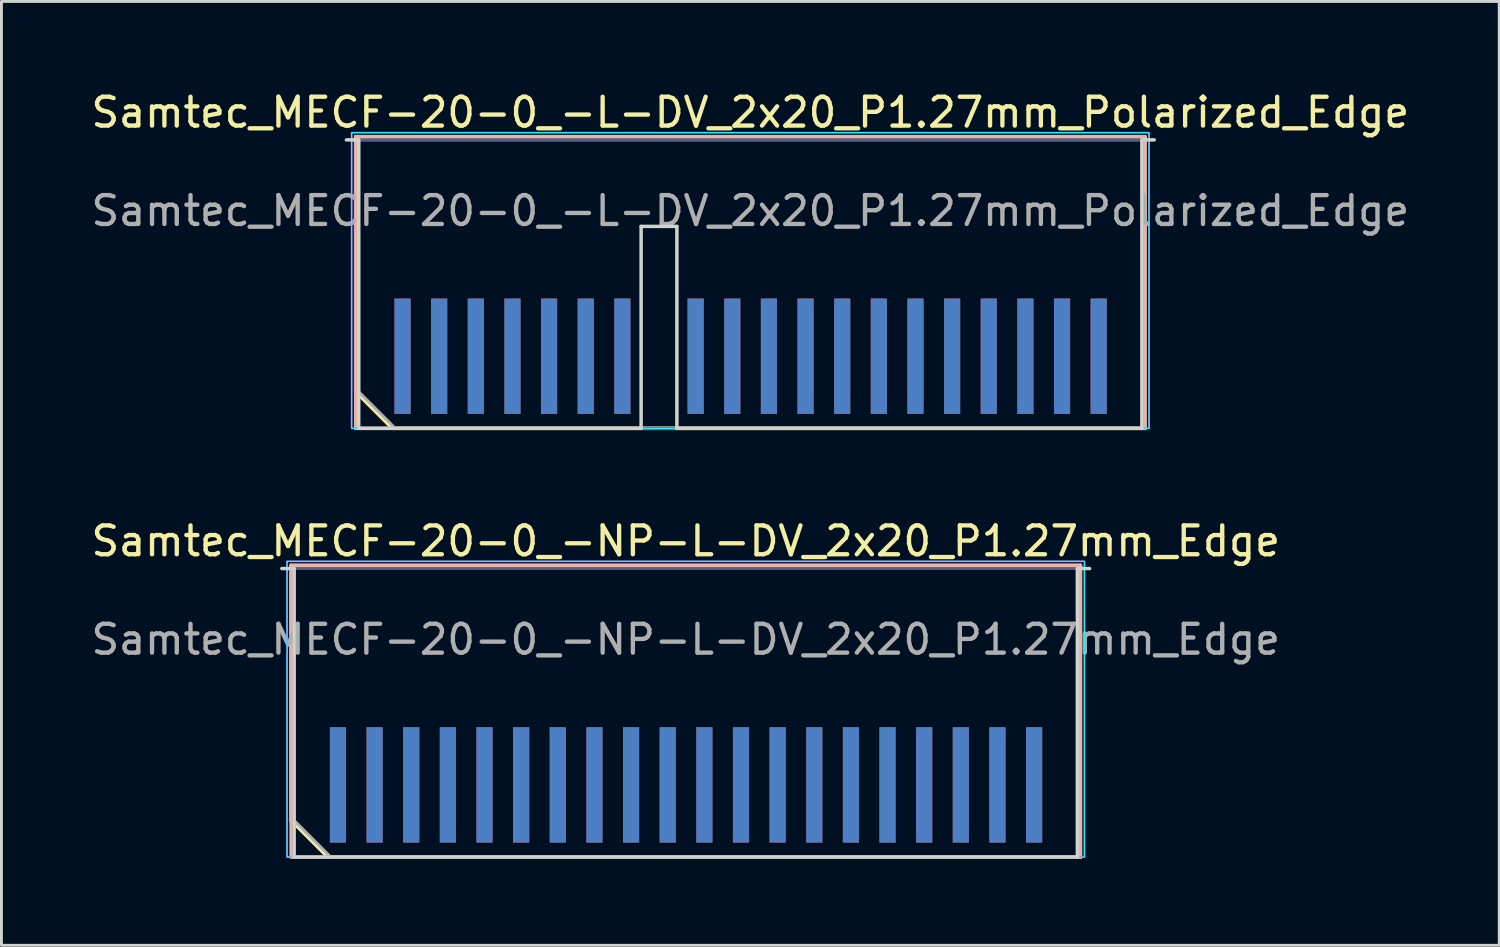
<source format=kicad_pcb>
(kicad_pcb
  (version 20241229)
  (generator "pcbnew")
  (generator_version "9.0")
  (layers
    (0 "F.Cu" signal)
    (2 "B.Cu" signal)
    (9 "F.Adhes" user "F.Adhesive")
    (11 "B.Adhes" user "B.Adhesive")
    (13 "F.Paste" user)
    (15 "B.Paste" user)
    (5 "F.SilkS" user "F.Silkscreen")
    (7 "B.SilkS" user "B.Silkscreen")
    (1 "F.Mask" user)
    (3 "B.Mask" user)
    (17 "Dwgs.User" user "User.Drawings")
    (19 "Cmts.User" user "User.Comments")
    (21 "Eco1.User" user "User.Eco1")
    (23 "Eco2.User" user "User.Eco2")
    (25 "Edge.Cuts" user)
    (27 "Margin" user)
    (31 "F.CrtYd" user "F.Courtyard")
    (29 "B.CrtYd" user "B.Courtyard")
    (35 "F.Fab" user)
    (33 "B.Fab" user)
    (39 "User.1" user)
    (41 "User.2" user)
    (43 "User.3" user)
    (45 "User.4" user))
  (footprint "Samtec_MECF-20-0_-L-DV_2x20_P1.27mm_Polarized_Edge"
    (layer "F.Cu")
    (at 22.958 6.798)
    (property "Reference" "Samtec_MECF-20-0_-L-DV_2x20_P1.27mm_Polarized_Edge" (at 0 -5.95 0) (layer "F.SilkS") (effects (font (size 1 1) (thickness 0.15))))
    (attr exclude_from_pos_files exclude_from_bom)
    (fp_line (start -13.68 -5.11) (end 13.68 -5.11) (stroke (width 0.12) (type solid)) (layer "F.SilkS"))
    (fp_line (start -13.68 3.73) (end -13.68 -5.11) (stroke (width 0.12) (type solid)) (layer "F.SilkS"))
    (fp_line (start -12.41 5) (end -13.68 3.73) (stroke (width 0.12) (type solid)) (layer "F.SilkS"))
    (fp_line (start -12.41 5) (end 13.68 5) (stroke (width 0.12) (type solid)) (layer "F.SilkS"))
    (fp_line (start 13.68 5) (end 13.68 -5.11) (stroke (width 0.12) (type solid)) (layer "F.SilkS"))
    (fp_line (start -13.68 -5.11) (end 13.68 -5.11) (stroke (width 0.12) (type solid)) (layer "B.SilkS"))
    (fp_line (start -13.68 5) (end -13.68 -5.11) (stroke (width 0.12) (type solid)) (layer "B.SilkS"))
    (fp_line (start -13.68 5) (end 13.68 5) (stroke (width 0.12) (type solid)) (layer "B.SilkS"))
    (fp_line (start 13.68 5) (end 13.68 -5.11) (stroke (width 0.12) (type solid)) (layer "B.SilkS"))
    (fp_line (start -14 -5) (end -13.575 -5) (stroke (width 0.12) (type solid)) (layer "Edge.Cuts"))
    (fp_line (start -13.575 5) (end -13.575 -5) (stroke (width 0.12) (type solid)) (layer "Edge.Cuts"))
    (fp_line (start -13.575 5) (end -3.785 5) (stroke (width 0.12) (type solid)) (layer "Edge.Cuts"))
    (fp_line (start -3.785 -2) (end -2.545 -2) (stroke (width 0.12) (type solid)) (layer "Edge.Cuts"))
    (fp_line (start -3.785 5) (end -3.785 -2) (stroke (width 0.12) (type solid)) (layer "Edge.Cuts"))
    (fp_line (start -2.545 5) (end -2.545 -2) (stroke (width 0.12) (type solid)) (layer "Edge.Cuts"))
    (fp_line (start -2.545 5) (end 13.575 5) (stroke (width 0.12) (type solid)) (layer "Edge.Cuts"))
    (fp_line (start 13.575 5) (end 13.575 -5) (stroke (width 0.12) (type solid)) (layer "Edge.Cuts"))
    (fp_line (start 14 -5) (end 13.575 -5) (stroke (width 0.12) (type solid)) (layer "Edge.Cuts"))
    (fp_rect (start -13.82 -5.25) (end 13.82 5) (stroke (width 0.05) (type solid)) (fill no) (layer "B.CrtYd"))
    (fp_rect (start -13.82 -5.25) (end 13.82 5) (stroke (width 0.05) (type solid)) (fill no) (layer "F.CrtYd"))
    (fp_line (start -13.575 -5) (end 13.575 -5) (stroke (width 0.1) (type solid)) (layer "B.Fab"))
    (fp_line (start -13.575 5) (end -13.575 -5) (stroke (width 0.1) (type solid)) (layer "B.Fab"))
    (fp_line (start -13.575 5) (end 13.575 5) (stroke (width 0.1) (type solid)) (layer "B.Fab"))
    (fp_line (start 13.575 5) (end 13.575 -5) (stroke (width 0.1) (type solid)) (layer "B.Fab"))
    (fp_line (start -13.575 -5) (end 13.575 -5) (stroke (width 0.1) (type solid)) (layer "F.Fab"))
    (fp_line (start -13.575 3.73) (end -13.575 -5) (stroke (width 0.1) (type solid)) (layer "F.Fab"))
    (fp_line (start -13.575 3.73) (end -12.305 5) (stroke (width 0.1) (type solid)) (layer "F.Fab"))
    (fp_line (start -12.305 5) (end 13.575 5) (stroke (width 0.1) (type solid)) (layer "F.Fab"))
    (fp_line (start 13.575 5) (end 13.575 -5) (stroke (width 0.1) (type solid)) (layer "F.Fab"))
    (fp_text user "${REFERENCE}" (at 0 -2.54 0) (layer "F.Fab") (effects (font (size 1 1) (thickness 0.15))))
    (pad "1" connect rect (at -12.055 2.5) (size 0.56 4) (layers "F.Cu" "F.Mask"))
    (pad "2" connect rect (at -12.055 2.5) (size 0.56 4) (layers "B.Cu" "B.Mask"))
    (pad "3" connect rect (at -10.785 2.5) (size 0.56 4) (layers "F.Cu" "F.Mask"))
    (pad "4" connect rect (at -10.785 2.5) (size 0.56 4) (layers "B.Cu" "B.Mask"))
    (pad "5" connect rect (at -9.515 2.5) (size 0.56 4) (layers "F.Cu" "F.Mask"))
    (pad "6" connect rect (at -9.515 2.5) (size 0.56 4) (layers "B.Cu" "B.Mask"))
    (pad "7" connect rect (at -8.245 2.5) (size 0.56 4) (layers "F.Cu" "F.Mask"))
    (pad "8" connect rect (at -8.245 2.5) (size 0.56 4) (layers "B.Cu" "B.Mask"))
    (pad "9" connect rect (at -6.975 2.5) (size 0.56 4) (layers "F.Cu" "F.Mask"))
    (pad "10" connect rect (at -6.975 2.5) (size 0.56 4) (layers "B.Cu" "B.Mask"))
    (pad "11" connect rect (at -5.705 2.5) (size 0.56 4) (layers "F.Cu" "F.Mask"))
    (pad "12" connect rect (at -5.705 2.5) (size 0.56 4) (layers "B.Cu" "B.Mask"))
    (pad "13" connect rect (at -4.435 2.5) (size 0.56 4) (layers "F.Cu" "F.Mask"))
    (pad "14" connect rect (at -4.435 2.5) (size 0.56 4) (layers "B.Cu" "B.Mask"))
    (pad "17" connect rect (at -1.895 2.5) (size 0.56 4) (layers "F.Cu" "F.Mask"))
    (pad "18" connect rect (at -1.895 2.5) (size 0.56 4) (layers "B.Cu" "B.Mask"))
    (pad "19" connect rect (at -0.625 2.5) (size 0.56 4) (layers "F.Cu" "F.Mask"))
    (pad "20" connect rect (at -0.625 2.5) (size 0.56 4) (layers "B.Cu" "B.Mask"))
    (pad "21" connect rect (at 0.645 2.5) (size 0.56 4) (layers "F.Cu" "F.Mask"))
    (pad "22" connect rect (at 0.645 2.5) (size 0.56 4) (layers "B.Cu" "B.Mask"))
    (pad "23" connect rect (at 1.915 2.5) (size 0.56 4) (layers "F.Cu" "F.Mask"))
    (pad "24" connect rect (at 1.915 2.5) (size 0.56 4) (layers "B.Cu" "B.Mask"))
    (pad "25" connect rect (at 3.185 2.5) (size 0.56 4) (layers "F.Cu" "F.Mask"))
    (pad "26" connect rect (at 3.185 2.5) (size 0.56 4) (layers "B.Cu" "B.Mask"))
    (pad "27" connect rect (at 4.455 2.5) (size 0.56 4) (layers "F.Cu" "F.Mask"))
    (pad "28" connect rect (at 4.455 2.5) (size 0.56 4) (layers "B.Cu" "B.Mask"))
    (pad "29" connect rect (at 5.725 2.5) (size 0.56 4) (layers "F.Cu" "F.Mask"))
    (pad "30" connect rect (at 5.725 2.5) (size 0.56 4) (layers "B.Cu" "B.Mask"))
    (pad "31" connect rect (at 6.995 2.5) (size 0.56 4) (layers "F.Cu" "F.Mask"))
    (pad "32" connect rect (at 6.995 2.5) (size 0.56 4) (layers "B.Cu" "B.Mask"))
    (pad "33" connect rect (at 8.265 2.5) (size 0.56 4) (layers "F.Cu" "F.Mask"))
    (pad "34" connect rect (at 8.265 2.5) (size 0.56 4) (layers "B.Cu" "B.Mask"))
    (pad "35" connect rect (at 9.535 2.5) (size 0.56 4) (layers "F.Cu" "F.Mask"))
    (pad "36" connect rect (at 9.535 2.5) (size 0.56 4) (layers "B.Cu" "B.Mask"))
    (pad "37" connect rect (at 10.805 2.5) (size 0.56 4) (layers "F.Cu" "F.Mask"))
    (pad "38" connect rect (at 10.805 2.5) (size 0.56 4) (layers "B.Cu" "B.Mask"))
    (pad "39" connect rect (at 12.075 2.5) (size 0.56 4) (layers "F.Cu" "F.Mask"))
    (pad "40" connect rect (at 12.075 2.5) (size 0.56 4) (layers "B.Cu" "B.Mask")))
  (footprint "Samtec_MECF-20-0_-NP-L-DV_2x20_P1.27mm_Edge"
    (layer "F.Cu")
    (at 20.72 21.657)
    (property "Reference" "Samtec_MECF-20-0_-NP-L-DV_2x20_P1.27mm_Edge" (at 0 -5.95 0) (layer "F.SilkS") (effects (font (size 1 1) (thickness 0.15))))
    (attr exclude_from_pos_files exclude_from_bom)
    (fp_line (start -13.68 -5.11) (end 13.68 -5.11) (stroke (width 0.12) (type solid)) (layer "F.SilkS"))
    (fp_line (start -13.68 3.73) (end -13.68 -5.11) (stroke (width 0.12) (type solid)) (layer "F.SilkS"))
    (fp_line (start -12.41 5) (end -13.68 3.73) (stroke (width 0.12) (type solid)) (layer "F.SilkS"))
    (fp_line (start -12.41 5) (end 13.68 5) (stroke (width 0.12) (type solid)) (layer "F.SilkS"))
    (fp_line (start 13.68 5) (end 13.68 -5.11) (stroke (width 0.12) (type solid)) (layer "F.SilkS"))
    (fp_line (start -13.68 -5.11) (end 13.68 -5.11) (stroke (width 0.12) (type solid)) (layer "B.SilkS"))
    (fp_line (start -13.68 5) (end -13.68 -5.11) (stroke (width 0.12) (type solid)) (layer "B.SilkS"))
    (fp_line (start -13.68 5) (end 13.68 5) (stroke (width 0.12) (type solid)) (layer "B.SilkS"))
    (fp_line (start 13.68 5) (end 13.68 -5.11) (stroke (width 0.12) (type solid)) (layer "B.SilkS"))
    (fp_line (start -14 -5) (end -13.575 -5) (stroke (width 0.12) (type solid)) (layer "Edge.Cuts"))
    (fp_line (start -13.575 5) (end -13.575 -5) (stroke (width 0.12) (type solid)) (layer "Edge.Cuts"))
    (fp_line (start -13.575 5) (end 13.575 5) (stroke (width 0.12) (type solid)) (layer "Edge.Cuts"))
    (fp_line (start 13.575 5) (end 13.575 -5) (stroke (width 0.12) (type solid)) (layer "Edge.Cuts"))
    (fp_line (start 14 -5) (end 13.575 -5) (stroke (width 0.12) (type solid)) (layer "Edge.Cuts"))
    (fp_rect (start -13.82 -5.25) (end 13.82 5) (stroke (width 0.05) (type solid)) (fill no) (layer "B.CrtYd"))
    (fp_rect (start -13.82 -5.25) (end 13.82 5) (stroke (width 0.05) (type solid)) (fill no) (layer "F.CrtYd"))
    (fp_line (start -13.575 -5) (end 13.575 -5) (stroke (width 0.1) (type solid)) (layer "B.Fab"))
    (fp_line (start -13.575 5) (end -13.575 -5) (stroke (width 0.1) (type solid)) (layer "B.Fab"))
    (fp_line (start -13.575 5) (end 13.575 5) (stroke (width 0.1) (type solid)) (layer "B.Fab"))
    (fp_line (start 13.575 5) (end 13.575 -5) (stroke (width 0.1) (type solid)) (layer "B.Fab"))
    (fp_line (start -13.575 -5) (end 13.575 -5) (stroke (width 0.1) (type solid)) (layer "F.Fab"))
    (fp_line (start -13.575 3.73) (end -13.575 -5) (stroke (width 0.1) (type solid)) (layer "F.Fab"))
    (fp_line (start -13.575 3.73) (end -12.305 5) (stroke (width 0.1) (type solid)) (layer "F.Fab"))
    (fp_line (start -12.305 5) (end 13.575 5) (stroke (width 0.1) (type solid)) (layer "F.Fab"))
    (fp_line (start 13.575 5) (end 13.575 -5) (stroke (width 0.1) (type solid)) (layer "F.Fab"))
    (fp_text user "${REFERENCE}" (at 0 -2.54 0) (layer "F.Fab") (effects (font (size 1 1) (thickness 0.15))))
    (pad "1" connect rect (at -12.055 2.5) (size 0.56 4) (layers "F.Cu" "F.Mask"))
    (pad "2" connect rect (at -12.055 2.5) (size 0.56 4) (layers "B.Cu" "B.Mask"))
    (pad "3" connect rect (at -10.785 2.5) (size 0.56 4) (layers "F.Cu" "F.Mask"))
    (pad "4" connect rect (at -10.785 2.5) (size 0.56 4) (layers "B.Cu" "B.Mask"))
    (pad "5" connect rect (at -9.515 2.5) (size 0.56 4) (layers "F.Cu" "F.Mask"))
    (pad "6" connect rect (at -9.515 2.5) (size 0.56 4) (layers "B.Cu" "B.Mask"))
    (pad "7" connect rect (at -8.245 2.5) (size 0.56 4) (layers "F.Cu" "F.Mask"))
    (pad "8" connect rect (at -8.245 2.5) (size 0.56 4) (layers "B.Cu" "B.Mask"))
    (pad "9" connect rect (at -6.975 2.5) (size 0.56 4) (layers "F.Cu" "F.Mask"))
    (pad "10" connect rect (at -6.975 2.5) (size 0.56 4) (layers "B.Cu" "B.Mask"))
    (pad "11" connect rect (at -5.705 2.5) (size 0.56 4) (layers "F.Cu" "F.Mask"))
    (pad "12" connect rect (at -5.705 2.5) (size 0.56 4) (layers "B.Cu" "B.Mask"))
    (pad "13" connect rect (at -4.435 2.5) (size 0.56 4) (layers "F.Cu" "F.Mask"))
    (pad "14" connect rect (at -4.435 2.5) (size 0.56 4) (layers "B.Cu" "B.Mask"))
    (pad "15" connect rect (at -3.165 2.5) (size 0.56 4) (layers "F.Cu" "F.Mask"))
    (pad "16" connect rect (at -3.165 2.5) (size 0.56 4) (layers "B.Cu" "B.Mask"))
    (pad "17" connect rect (at -1.895 2.5) (size 0.56 4) (layers "F.Cu" "F.Mask"))
    (pad "18" connect rect (at -1.895 2.5) (size 0.56 4) (layers "B.Cu" "B.Mask"))
    (pad "19" connect rect (at -0.625 2.5) (size 0.56 4) (layers "F.Cu" "F.Mask"))
    (pad "20" connect rect (at -0.625 2.5) (size 0.56 4) (layers "B.Cu" "B.Mask"))
    (pad "21" connect rect (at 0.645 2.5) (size 0.56 4) (layers "F.Cu" "F.Mask"))
    (pad "22" connect rect (at 0.645 2.5) (size 0.56 4) (layers "B.Cu" "B.Mask"))
    (pad "23" connect rect (at 1.915 2.5) (size 0.56 4) (layers "F.Cu" "F.Mask"))
    (pad "24" connect rect (at 1.915 2.5) (size 0.56 4) (layers "B.Cu" "B.Mask"))
    (pad "25" connect rect (at 3.185 2.5) (size 0.56 4) (layers "F.Cu" "F.Mask"))
    (pad "26" connect rect (at 3.185 2.5) (size 0.56 4) (layers "B.Cu" "B.Mask"))
    (pad "27" connect rect (at 4.455 2.5) (size 0.56 4) (layers "F.Cu" "F.Mask"))
    (pad "28" connect rect (at 4.455 2.5) (size 0.56 4) (layers "B.Cu" "B.Mask"))
    (pad "29" connect rect (at 5.725 2.5) (size 0.56 4) (layers "F.Cu" "F.Mask"))
    (pad "30" connect rect (at 5.725 2.5) (size 0.56 4) (layers "B.Cu" "B.Mask"))
    (pad "31" connect rect (at 6.995 2.5) (size 0.56 4) (layers "F.Cu" "F.Mask"))
    (pad "32" connect rect (at 6.995 2.5) (size 0.56 4) (layers "B.Cu" "B.Mask"))
    (pad "33" connect rect (at 8.265 2.5) (size 0.56 4) (layers "F.Cu" "F.Mask"))
    (pad "34" connect rect (at 8.265 2.5) (size 0.56 4) (layers "B.Cu" "B.Mask"))
    (pad "35" connect rect (at 9.535 2.5) (size 0.56 4) (layers "F.Cu" "F.Mask"))
    (pad "36" connect rect (at 9.535 2.5) (size 0.56 4) (layers "B.Cu" "B.Mask"))
    (pad "37" connect rect (at 10.805 2.5) (size 0.56 4) (layers "F.Cu" "F.Mask"))
    (pad "38" connect rect (at 10.805 2.5) (size 0.56 4) (layers "B.Cu" "B.Mask"))
    (pad "39" connect rect (at 12.075 2.5) (size 0.56 4) (layers "F.Cu" "F.Mask"))
    (pad "40" connect rect (at 12.075 2.5) (size 0.56 4) (layers "B.Cu" "B.Mask")))
  (gr_rect
    (start -3 -3)
    (end 48.917 29.716)
    (stroke (width 0.1) (type default))
    (fill no)
    (layer "Edge.Cuts")))
</source>
